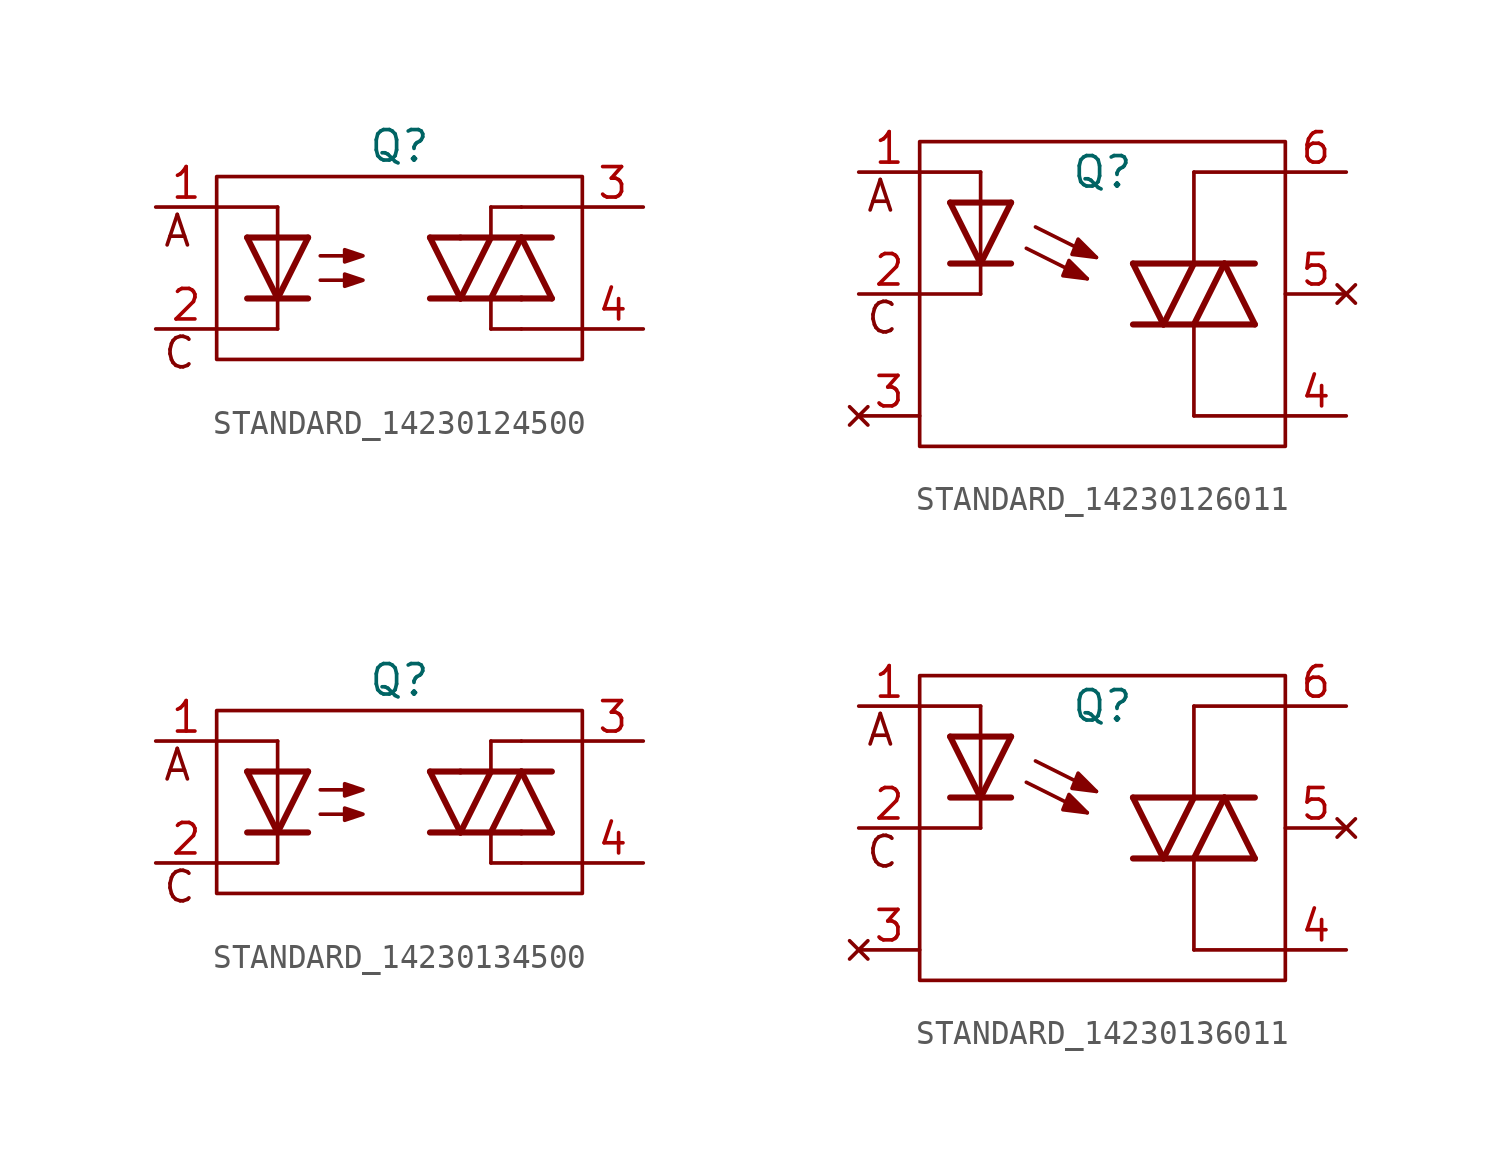
<source format=kicad_sym>
(kicad_symbol_lib
  (version 20220914)
  (generator kicad_symbol_editor)
  (symbol "STANDARD_14230124500"
    (pin_names hide)
    (property "Reference" "Q"
      (at 0 5.08 0)
      (effects (font (size 1.27 1.27))))
    (symbol "STANDARD_14230124500_0_0"
      (rectangle (start -7.62 3.81) (end 7.62 -3.81) (stroke (width 0) (type default)) (fill (type none)))
      (polyline (pts (xy -5.08 -2.54) (xy -7.62 -2.54)) (stroke (width 0.152) (type default)) (fill (type none)))
      (polyline (pts (xy -5.08 -1.27) (xy -6.35 -1.27)) (stroke (width 0.254) (type default)) (fill (type none)))
      (polyline (pts (xy -5.08 -1.27) (xy -6.35 1.27)) (stroke (width 0.254) (type default)) (fill (type none)))
      (polyline (pts (xy -5.08 -1.27) (xy -5.08 -2.54)) (stroke (width 0.152) (type default)) (fill (type none)))
      (polyline (pts (xy -5.08 1.27) (xy -6.35 1.27)) (stroke (width 0.254) (type default)) (fill (type none)))
      (polyline (pts (xy -5.08 1.27) (xy -5.08 -1.27)) (stroke (width 0.152) (type default)) (fill (type none)))
      (polyline (pts (xy -5.08 1.27) (xy -5.08 2.54)) (stroke (width 0.152) (type default)) (fill (type none)))
      (polyline (pts (xy -5.08 2.54) (xy -7.62 2.54)) (stroke (width 0.152) (type default)) (fill (type none)))
      (polyline (pts (xy -3.81 -1.27) (xy -5.08 -1.27)) (stroke (width 0.254) (type default)) (fill (type none)))
      (polyline (pts (xy -3.81 1.27) (xy -5.08 -1.27)) (stroke (width 0.254) (type default)) (fill (type none)))
      (polyline (pts (xy -3.81 1.27) (xy -5.08 1.27)) (stroke (width 0.254) (type default)) (fill (type none)))
      (polyline (pts (xy -3.302 -0.508) (xy -2.032 -0.508)) (stroke (width 0.152) (type default)) (fill (type none)))
      (polyline (pts (xy -3.302 0.508) (xy -2.032 0.508)) (stroke (width 0.152) (type default)) (fill (type none)))
      (polyline (pts (xy 2.54 -1.27) (xy 1.27 -1.27)) (stroke (width 0.254) (type default)) (fill (type none)))
      (polyline (pts (xy 2.54 -1.27) (xy 1.27 1.27)) (stroke (width 0.254) (type default)) (fill (type none)))
      (polyline (pts (xy 2.54 1.27) (xy 1.27 1.27)) (stroke (width 0.254) (type default)) (fill (type none)))
      (polyline (pts (xy 3.81 -2.54) (xy 5.08 -2.54)) (stroke (width 0.152) (type default)) (fill (type none)))
      (polyline (pts (xy 3.81 -1.27) (xy 2.54 -1.27)) (stroke (width 0.254) (type default)) (fill (type none)))
      (polyline (pts (xy 3.81 -1.27) (xy 3.81 -2.54)) (stroke (width 0.152) (type default)) (fill (type none)))
      (polyline (pts (xy 3.81 -1.27) (xy 5.08 -1.27)) (stroke (width 0.254) (type default)) (fill (type none)))
      (polyline (pts (xy 3.81 -1.27) (xy 5.08 1.27)) (stroke (width 0.254) (type default)) (fill (type none)))
      (polyline (pts (xy 3.81 1.27) (xy 2.54 -1.27)) (stroke (width 0.254) (type default)) (fill (type none)))
      (polyline (pts (xy 3.81 1.27) (xy 2.54 1.27)) (stroke (width 0.254) (type default)) (fill (type none)))
      (polyline (pts (xy 3.81 1.27) (xy 3.81 2.54)) (stroke (width 0.152) (type default)) (fill (type none)))
      (polyline (pts (xy 3.81 1.27) (xy 5.08 1.27)) (stroke (width 0.254) (type default)) (fill (type none)))
      (polyline (pts (xy 5.08 -1.27) (xy 6.35 -1.27)) (stroke (width 0.254) (type default)) (fill (type none)))
      (polyline (pts (xy 5.08 1.27) (xy 6.35 -1.27)) (stroke (width 0.254) (type default)) (fill (type none)))
      (polyline (pts (xy 5.08 1.27) (xy 6.35 1.27)) (stroke (width 0.254) (type default)) (fill (type none)))
      (polyline (pts (xy 5.08 2.54) (xy 3.81 2.54)) (stroke (width 0.152) (type default)) (fill (type none)))
      (polyline (pts (xy 7.62 -2.54) (xy 5.08 -2.54)) (stroke (width 0.152) (type default)) (fill (type none)))
      (polyline (pts (xy 7.62 2.54) (xy 5.08 2.54)) (stroke (width 0.152) (type default)) (fill (type none)))
      (polyline (pts (xy -2.286 -0.254) (xy -1.524 -0.508) (xy -2.286 -0.762) (xy -2.286 -0.254)) (stroke (width 0.152) (type default)) (fill (type outline)))
      (polyline (pts (xy -2.286 0.762) (xy -1.524 0.508) (xy -2.286 0.254) (xy -2.286 0.762)) (stroke (width 0.152) (type default)) (fill (type outline)))
      (text "A" (at -9.906 2.286 0) (effects (font (size 1.27 1.27)) (justify left top)))
      (text "C" (at -9.906 -2.794 0) (effects (font (size 1.27 1.27)) (justify left top))))
    (symbol "STANDARD_14230124500_1_0"
      (pin passive line (at -10.16 2.54 0) (length 2.54) (name "Anode" (effects (font (size 1.27 1.27)))) (number "1" (effects (font (size 1.27 1.27)))))
      (pin passive line (at -10.16 -2.54 0) (length 2.54) (name "Cathode" (effects (font (size 1.27 1.27)))) (number "2" (effects (font (size 1.27 1.27)))))
      (pin passive line (at 10.16 2.54 180) (length 2.54) (name "Teminal" (effects (font (size 1.27 1.27)))) (number "3" (effects (font (size 1.27 1.27)))))
      (pin passive line (at 10.16 -2.54 180) (length 2.54) (name "Teminal" (effects (font (size 1.27 1.27)))) (number "4" (effects (font (size 1.27 1.27)))))))
  (symbol "STANDARD_14230126011"
    (pin_names hide)
    (property "Reference" "Q"
      (at 0 5.08 0)
      (effects (font (size 1.27 1.27))))
    (symbol "STANDARD_14230126011_0_0"
      (rectangle (start -7.62 6.35) (end 7.62 -6.35) (stroke (width 0) (type default)) (fill (type none)))
      (polyline (pts (xy -5.08 0) (xy -7.62 0)) (stroke (width 0.152) (type default)) (fill (type none)))
      (polyline (pts (xy -5.08 1.27) (xy -6.35 1.27)) (stroke (width 0.254) (type default)) (fill (type none)))
      (polyline (pts (xy -5.08 1.27) (xy -6.35 3.81)) (stroke (width 0.254) (type default)) (fill (type none)))
      (polyline (pts (xy -5.08 1.27) (xy -5.08 0)) (stroke (width 0.152) (type default)) (fill (type none)))
      (polyline (pts (xy -5.08 3.81) (xy -6.35 3.81)) (stroke (width 0.254) (type default)) (fill (type none)))
      (polyline (pts (xy -5.08 3.81) (xy -5.08 1.27)) (stroke (width 0.152) (type default)) (fill (type none)))
      (polyline (pts (xy -5.08 3.81) (xy -5.08 5.08)) (stroke (width 0.152) (type default)) (fill (type none)))
      (polyline (pts (xy -5.08 5.08) (xy -7.62 5.08)) (stroke (width 0.152) (type default)) (fill (type none)))
      (polyline (pts (xy -3.81 1.27) (xy -5.08 1.27)) (stroke (width 0.254) (type default)) (fill (type none)))
      (polyline (pts (xy -3.81 3.81) (xy -5.08 1.27)) (stroke (width 0.254) (type default)) (fill (type none)))
      (polyline (pts (xy -3.81 3.81) (xy -5.08 3.81)) (stroke (width 0.254) (type default)) (fill (type none)))
      (polyline (pts (xy -3.175 1.905) (xy -0.635 0.635)) (stroke (width 0.152) (type default)) (fill (type none)))
      (polyline (pts (xy -2.794 2.794) (xy -0.254 1.524)) (stroke (width 0.152) (type default)) (fill (type none)))
      (polyline (pts (xy 2.54 -1.27) (xy 1.27 -1.27)) (stroke (width 0.254) (type default)) (fill (type none)))
      (polyline (pts (xy 2.54 -1.27) (xy 1.27 1.27)) (stroke (width 0.254) (type default)) (fill (type none)))
      (polyline (pts (xy 3.81 -1.27) (xy 2.54 -1.27)) (stroke (width 0.254) (type default)) (fill (type none)))
      (polyline (pts (xy 3.81 -1.27) (xy 3.81 -5.08)) (stroke (width 0.152) (type default)) (fill (type none)))
      (polyline (pts (xy 3.81 -1.27) (xy 5.08 1.27)) (stroke (width 0.254) (type default)) (fill (type none)))
      (polyline (pts (xy 3.81 -1.27) (xy 6.35 -1.27)) (stroke (width 0.254) (type default)) (fill (type none)))
      (polyline (pts (xy 3.81 1.27) (xy 1.27 1.27)) (stroke (width 0.254) (type default)) (fill (type none)))
      (polyline (pts (xy 3.81 1.27) (xy 2.54 -1.27)) (stroke (width 0.254) (type default)) (fill (type none)))
      (polyline (pts (xy 3.81 1.27) (xy 3.81 5.08)) (stroke (width 0.152) (type default)) (fill (type none)))
      (polyline (pts (xy 3.81 1.27) (xy 5.08 1.27)) (stroke (width 0.254) (type default)) (fill (type none)))
      (polyline (pts (xy 5.08 1.27) (xy 6.35 -1.27)) (stroke (width 0.254) (type default)) (fill (type none)))
      (polyline (pts (xy 5.08 1.27) (xy 6.35 1.27)) (stroke (width 0.254) (type default)) (fill (type none)))
      (polyline (pts (xy 7.62 -5.08) (xy 3.81 -5.08)) (stroke (width 0.152) (type default)) (fill (type none)))
      (polyline (pts (xy 7.62 5.08) (xy 3.81 5.08)) (stroke (width 0.152) (type default)) (fill (type none)))
      (polyline (pts (xy -1.397 1.397) (xy -0.635 0.635) (xy -1.651 0.762) (xy -1.397 1.397)) (stroke (width 0.152) (type default)) (fill (type outline)))
      (polyline (pts (xy -1.016 2.286) (xy -0.254 1.524) (xy -1.27 1.651) (xy -1.016 2.286)) (stroke (width 0.152) (type default)) (fill (type outline)))
      (text "A" (at -9.906 4.826 0) (effects (font (size 1.27 1.27)) (justify left top)))
      (text "C" (at -9.906 -0.254 0) (effects (font (size 1.27 1.27)) (justify left top))))
    (symbol "STANDARD_14230126011_1_0"
      (pin passive line (at -10.16 5.08 0) (length 2.54) (name "Anode" (effects (font (size 1.27 1.27)))) (number "1" (effects (font (size 1.27 1.27)))))
      (pin passive line (at -10.16 0 0) (length 2.54) (name "Cathode" (effects (font (size 1.27 1.27)))) (number "2" (effects (font (size 1.27 1.27)))))
      (pin no_connect line (at -10.16 -5.08 0) (length 2.54) (name "NC" (effects (font (size 1.27 1.27)))) (number "3" (effects (font (size 1.27 1.27)))))
      (pin passive line (at 10.16 -5.08 180) (length 2.54) (name "Teminal" (effects (font (size 1.27 1.27)))) (number "4" (effects (font (size 1.27 1.27)))))
      (pin no_connect line (at 10.16 0 180) (length 2.54) (name "NC" (effects (font (size 1.27 1.27)))) (number "5" (effects (font (size 1.27 1.27)))))
      (pin passive line (at 10.16 5.08 180) (length 2.54) (name "Teminal" (effects (font (size 1.27 1.27)))) (number "6" (effects (font (size 1.27 1.27)))))))
  (symbol "STANDARD_14230134500"
    (pin_names hide)
    (property "Reference" "Q"
      (at 0 5.08 0)
      (effects (font (size 1.27 1.27))))
    (symbol "STANDARD_14230134500_0_0"
      (rectangle (start -7.62 3.81) (end 7.62 -3.81) (stroke (width 0) (type default)) (fill (type none)))
      (polyline (pts (xy -5.08 -2.54) (xy -7.62 -2.54)) (stroke (width 0.152) (type default)) (fill (type none)))
      (polyline (pts (xy -5.08 -1.27) (xy -6.35 -1.27)) (stroke (width 0.254) (type default)) (fill (type none)))
      (polyline (pts (xy -5.08 -1.27) (xy -6.35 1.27)) (stroke (width 0.254) (type default)) (fill (type none)))
      (polyline (pts (xy -5.08 -1.27) (xy -5.08 -2.54)) (stroke (width 0.152) (type default)) (fill (type none)))
      (polyline (pts (xy -5.08 1.27) (xy -6.35 1.27)) (stroke (width 0.254) (type default)) (fill (type none)))
      (polyline (pts (xy -5.08 1.27) (xy -5.08 -1.27)) (stroke (width 0.152) (type default)) (fill (type none)))
      (polyline (pts (xy -5.08 1.27) (xy -5.08 2.54)) (stroke (width 0.152) (type default)) (fill (type none)))
      (polyline (pts (xy -5.08 2.54) (xy -7.62 2.54)) (stroke (width 0.152) (type default)) (fill (type none)))
      (polyline (pts (xy -3.81 -1.27) (xy -5.08 -1.27)) (stroke (width 0.254) (type default)) (fill (type none)))
      (polyline (pts (xy -3.81 1.27) (xy -5.08 -1.27)) (stroke (width 0.254) (type default)) (fill (type none)))
      (polyline (pts (xy -3.81 1.27) (xy -5.08 1.27)) (stroke (width 0.254) (type default)) (fill (type none)))
      (polyline (pts (xy -3.302 -0.508) (xy -2.032 -0.508)) (stroke (width 0.152) (type default)) (fill (type none)))
      (polyline (pts (xy -3.302 0.508) (xy -2.032 0.508)) (stroke (width 0.152) (type default)) (fill (type none)))
      (polyline (pts (xy 2.54 -1.27) (xy 1.27 -1.27)) (stroke (width 0.254) (type default)) (fill (type none)))
      (polyline (pts (xy 2.54 -1.27) (xy 1.27 1.27)) (stroke (width 0.254) (type default)) (fill (type none)))
      (polyline (pts (xy 2.54 1.27) (xy 1.27 1.27)) (stroke (width 0.254) (type default)) (fill (type none)))
      (polyline (pts (xy 3.81 -2.54) (xy 5.08 -2.54)) (stroke (width 0.152) (type default)) (fill (type none)))
      (polyline (pts (xy 3.81 -1.27) (xy 2.54 -1.27)) (stroke (width 0.254) (type default)) (fill (type none)))
      (polyline (pts (xy 3.81 -1.27) (xy 3.81 -2.54)) (stroke (width 0.152) (type default)) (fill (type none)))
      (polyline (pts (xy 3.81 -1.27) (xy 5.08 -1.27)) (stroke (width 0.254) (type default)) (fill (type none)))
      (polyline (pts (xy 3.81 -1.27) (xy 5.08 1.27)) (stroke (width 0.254) (type default)) (fill (type none)))
      (polyline (pts (xy 3.81 1.27) (xy 2.54 -1.27)) (stroke (width 0.254) (type default)) (fill (type none)))
      (polyline (pts (xy 3.81 1.27) (xy 2.54 1.27)) (stroke (width 0.254) (type default)) (fill (type none)))
      (polyline (pts (xy 3.81 1.27) (xy 3.81 2.54)) (stroke (width 0.152) (type default)) (fill (type none)))
      (polyline (pts (xy 3.81 1.27) (xy 5.08 1.27)) (stroke (width 0.254) (type default)) (fill (type none)))
      (polyline (pts (xy 5.08 -1.27) (xy 6.35 -1.27)) (stroke (width 0.254) (type default)) (fill (type none)))
      (polyline (pts (xy 5.08 1.27) (xy 6.35 -1.27)) (stroke (width 0.254) (type default)) (fill (type none)))
      (polyline (pts (xy 5.08 1.27) (xy 6.35 1.27)) (stroke (width 0.254) (type default)) (fill (type none)))
      (polyline (pts (xy 5.08 2.54) (xy 3.81 2.54)) (stroke (width 0.152) (type default)) (fill (type none)))
      (polyline (pts (xy 7.62 -2.54) (xy 5.08 -2.54)) (stroke (width 0.152) (type default)) (fill (type none)))
      (polyline (pts (xy 7.62 2.54) (xy 5.08 2.54)) (stroke (width 0.152) (type default)) (fill (type none)))
      (polyline (pts (xy -2.286 -0.254) (xy -1.524 -0.508) (xy -2.286 -0.762) (xy -2.286 -0.254)) (stroke (width 0.152) (type default)) (fill (type outline)))
      (polyline (pts (xy -2.286 0.762) (xy -1.524 0.508) (xy -2.286 0.254) (xy -2.286 0.762)) (stroke (width 0.152) (type default)) (fill (type outline)))
      (text "A" (at -9.906 2.286 0) (effects (font (size 1.27 1.27)) (justify left top)))
      (text "C" (at -9.906 -2.794 0) (effects (font (size 1.27 1.27)) (justify left top))))
    (symbol "STANDARD_14230134500_1_0"
      (pin passive line (at -10.16 2.54 0) (length 2.54) (name "Anode" (effects (font (size 1.27 1.27)))) (number "1" (effects (font (size 1.27 1.27)))))
      (pin passive line (at -10.16 -2.54 0) (length 2.54) (name "Cathode" (effects (font (size 1.27 1.27)))) (number "2" (effects (font (size 1.27 1.27)))))
      (pin passive line (at 10.16 2.54 180) (length 2.54) (name "Teminal" (effects (font (size 1.27 1.27)))) (number "3" (effects (font (size 1.27 1.27)))))
      (pin passive line (at 10.16 -2.54 180) (length 2.54) (name "Teminal" (effects (font (size 1.27 1.27)))) (number "4" (effects (font (size 1.27 1.27)))))))
  (symbol "STANDARD_14230136011"
    (pin_names hide)
    (property "Reference" "Q"
      (at 0 5.08 0)
      (effects (font (size 1.27 1.27))))
    (symbol "STANDARD_14230136011_0_0"
      (rectangle (start -7.62 6.35) (end 7.62 -6.35) (stroke (width 0) (type default)) (fill (type none)))
      (polyline (pts (xy -5.08 0) (xy -7.62 0)) (stroke (width 0.152) (type default)) (fill (type none)))
      (polyline (pts (xy -5.08 1.27) (xy -6.35 1.27)) (stroke (width 0.254) (type default)) (fill (type none)))
      (polyline (pts (xy -5.08 1.27) (xy -6.35 3.81)) (stroke (width 0.254) (type default)) (fill (type none)))
      (polyline (pts (xy -5.08 1.27) (xy -5.08 0)) (stroke (width 0.152) (type default)) (fill (type none)))
      (polyline (pts (xy -5.08 3.81) (xy -6.35 3.81)) (stroke (width 0.254) (type default)) (fill (type none)))
      (polyline (pts (xy -5.08 3.81) (xy -5.08 1.27)) (stroke (width 0.152) (type default)) (fill (type none)))
      (polyline (pts (xy -5.08 3.81) (xy -5.08 5.08)) (stroke (width 0.152) (type default)) (fill (type none)))
      (polyline (pts (xy -5.08 5.08) (xy -7.62 5.08)) (stroke (width 0.152) (type default)) (fill (type none)))
      (polyline (pts (xy -3.81 1.27) (xy -5.08 1.27)) (stroke (width 0.254) (type default)) (fill (type none)))
      (polyline (pts (xy -3.81 3.81) (xy -5.08 1.27)) (stroke (width 0.254) (type default)) (fill (type none)))
      (polyline (pts (xy -3.81 3.81) (xy -5.08 3.81)) (stroke (width 0.254) (type default)) (fill (type none)))
      (polyline (pts (xy -3.175 1.905) (xy -0.635 0.635)) (stroke (width 0.152) (type default)) (fill (type none)))
      (polyline (pts (xy -2.794 2.794) (xy -0.254 1.524)) (stroke (width 0.152) (type default)) (fill (type none)))
      (polyline (pts (xy 2.54 -1.27) (xy 1.27 -1.27)) (stroke (width 0.254) (type default)) (fill (type none)))
      (polyline (pts (xy 2.54 -1.27) (xy 1.27 1.27)) (stroke (width 0.254) (type default)) (fill (type none)))
      (polyline (pts (xy 3.81 -1.27) (xy 2.54 -1.27)) (stroke (width 0.254) (type default)) (fill (type none)))
      (polyline (pts (xy 3.81 -1.27) (xy 3.81 -5.08)) (stroke (width 0.152) (type default)) (fill (type none)))
      (polyline (pts (xy 3.81 -1.27) (xy 5.08 1.27)) (stroke (width 0.254) (type default)) (fill (type none)))
      (polyline (pts (xy 3.81 -1.27) (xy 6.35 -1.27)) (stroke (width 0.254) (type default)) (fill (type none)))
      (polyline (pts (xy 3.81 1.27) (xy 1.27 1.27)) (stroke (width 0.254) (type default)) (fill (type none)))
      (polyline (pts (xy 3.81 1.27) (xy 2.54 -1.27)) (stroke (width 0.254) (type default)) (fill (type none)))
      (polyline (pts (xy 3.81 1.27) (xy 3.81 5.08)) (stroke (width 0.152) (type default)) (fill (type none)))
      (polyline (pts (xy 3.81 1.27) (xy 5.08 1.27)) (stroke (width 0.254) (type default)) (fill (type none)))
      (polyline (pts (xy 5.08 1.27) (xy 6.35 -1.27)) (stroke (width 0.254) (type default)) (fill (type none)))
      (polyline (pts (xy 5.08 1.27) (xy 6.35 1.27)) (stroke (width 0.254) (type default)) (fill (type none)))
      (polyline (pts (xy 7.62 -5.08) (xy 3.81 -5.08)) (stroke (width 0.152) (type default)) (fill (type none)))
      (polyline (pts (xy 7.62 5.08) (xy 3.81 5.08)) (stroke (width 0.152) (type default)) (fill (type none)))
      (polyline (pts (xy -1.397 1.397) (xy -0.635 0.635) (xy -1.651 0.762) (xy -1.397 1.397)) (stroke (width 0.152) (type default)) (fill (type outline)))
      (polyline (pts (xy -1.016 2.286) (xy -0.254 1.524) (xy -1.27 1.651) (xy -1.016 2.286)) (stroke (width 0.152) (type default)) (fill (type outline)))
      (text "A" (at -9.906 4.826 0) (effects (font (size 1.27 1.27)) (justify left top)))
      (text "C" (at -9.906 -0.254 0) (effects (font (size 1.27 1.27)) (justify left top))))
    (symbol "STANDARD_14230136011_1_0"
      (pin passive line (at -10.16 5.08 0) (length 2.54) (name "Anode" (effects (font (size 1.27 1.27)))) (number "1" (effects (font (size 1.27 1.27)))))
      (pin passive line (at -10.16 0 0) (length 2.54) (name "Cathode" (effects (font (size 1.27 1.27)))) (number "2" (effects (font (size 1.27 1.27)))))
      (pin no_connect line (at -10.16 -5.08 0) (length 2.54) (name "NC" (effects (font (size 1.27 1.27)))) (number "3" (effects (font (size 1.27 1.27)))))
      (pin passive line (at 10.16 -5.08 180) (length 2.54) (name "Teminal" (effects (font (size 1.27 1.27)))) (number "4" (effects (font (size 1.27 1.27)))))
      (pin no_connect line (at 10.16 0 180) (length 2.54) (name "NC" (effects (font (size 1.27 1.27)))) (number "5" (effects (font (size 1.27 1.27)))))
      (pin passive line (at 10.16 5.08 180) (length 2.54) (name "Teminal" (effects (font (size 1.27 1.27)))) (number "6" (effects (font (size 1.27 1.27))))))))
</source>
